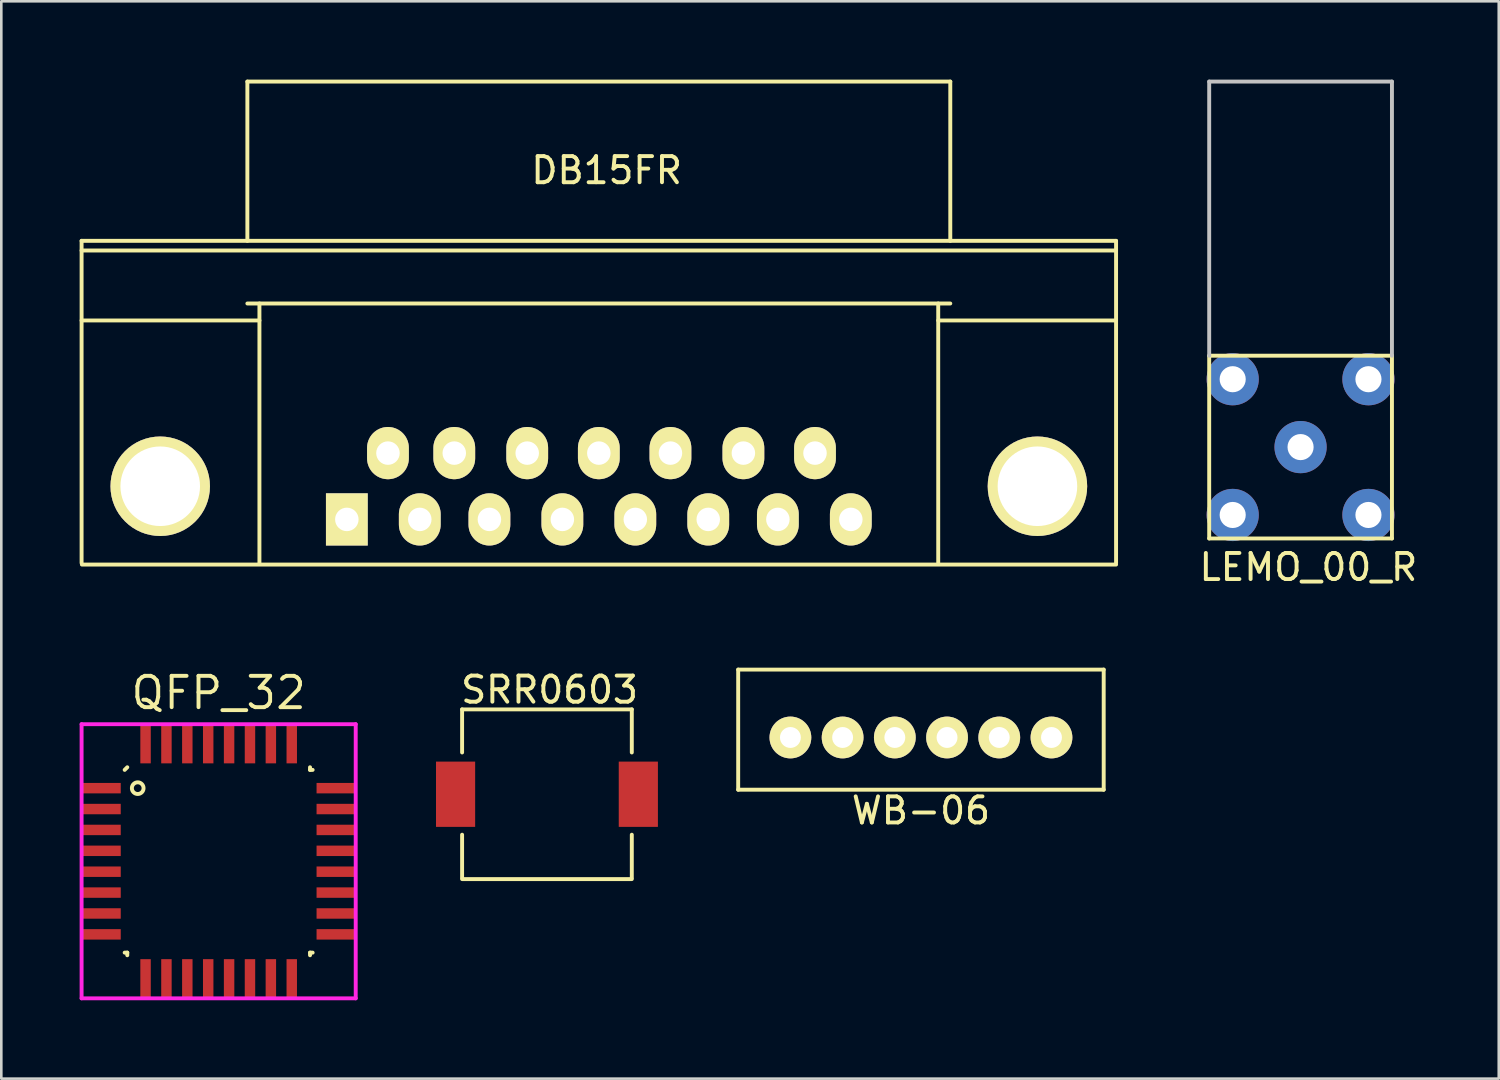
<source format=kicad_pcb>
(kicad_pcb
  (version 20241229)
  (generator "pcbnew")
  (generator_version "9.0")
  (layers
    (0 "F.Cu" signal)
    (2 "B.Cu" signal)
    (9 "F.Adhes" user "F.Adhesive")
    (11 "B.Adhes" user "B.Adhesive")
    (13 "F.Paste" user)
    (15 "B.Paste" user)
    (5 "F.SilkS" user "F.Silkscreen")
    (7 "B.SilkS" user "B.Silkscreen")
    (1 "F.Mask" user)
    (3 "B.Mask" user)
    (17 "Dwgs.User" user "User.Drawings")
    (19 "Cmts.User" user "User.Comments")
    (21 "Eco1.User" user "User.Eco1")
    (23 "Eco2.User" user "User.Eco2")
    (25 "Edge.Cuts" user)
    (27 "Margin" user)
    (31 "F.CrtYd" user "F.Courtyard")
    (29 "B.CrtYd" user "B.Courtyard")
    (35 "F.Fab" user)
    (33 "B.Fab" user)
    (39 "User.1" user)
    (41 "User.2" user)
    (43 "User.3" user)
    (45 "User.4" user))
  (footprint "QFP_32"
    (layer "F.Cu")
    (at 5.325 29.939)
    (property "Reference" "QFP_32" (at 0 -6.45 0) (layer "F.SilkS") (effects (font (size 1.2 1.2) (thickness 0.15))))
    (attr through_hole)
    (fp_line (start -3.6 3.5) (end -3.5 3.5) (stroke (width 0.15) (type solid)) (layer "F.SilkS"))
    (fp_line (start -3.5 -3.6) (end -3.6 -3.5) (stroke (width 0.15) (type solid)) (layer "F.SilkS"))
    (fp_line (start -3.5 3.5) (end -3.5 3.6) (stroke (width 0.15) (type solid)) (layer "F.SilkS"))
    (fp_line (start 3.5 -3.5) (end 3.5 -3.6) (stroke (width 0.15) (type solid)) (layer "F.SilkS"))
    (fp_line (start 3.5 3.5) (end 3.5 3.6) (stroke (width 0.15) (type solid)) (layer "F.SilkS"))
    (fp_line (start 3.6 -3.5) (end 3.5 -3.5) (stroke (width 0.15) (type solid)) (layer "F.SilkS"))
    (fp_line (start 3.6 3.5) (end 3.5 3.5) (stroke (width 0.15) (type solid)) (layer "F.SilkS"))
    (fp_circle (center -3.1 -2.8) (end -2.9 -2.7) (stroke (width 0.15) (type solid)) (fill no) (layer "F.SilkS"))
    (fp_line (start -5.25 -5.25) (end 5.25 -5.25) (stroke (width 0.15) (type solid)) (layer "F.CrtYd"))
    (fp_line (start -5.25 5.25) (end -5.25 -5.25) (stroke (width 0.15) (type solid)) (layer "F.CrtYd"))
    (fp_line (start 5.25 -5.25) (end 5.25 5.25) (stroke (width 0.15) (type solid)) (layer "F.CrtYd"))
    (fp_line (start 5.25 5.25) (end -5.25 5.25) (stroke (width 0.15) (type solid)) (layer "F.CrtYd"))
    (pad "1" smd rect (at -4.5 -2.8 90) (size 0.4 1.5) (layers "F.Cu" "F.Mask" "F.Paste"))
    (pad "2" smd rect (at -4.5 -2 90) (size 0.4 1.5) (layers "F.Cu" "F.Mask" "F.Paste"))
    (pad "3" smd rect (at -4.5 -1.2 90) (size 0.4 1.5) (layers "F.Cu" "F.Mask" "F.Paste"))
    (pad "4" smd rect (at -4.5 -0.4 90) (size 0.4 1.5) (layers "F.Cu" "F.Mask" "F.Paste"))
    (pad "5" smd rect (at -4.5 0.4 90) (size 0.4 1.5) (layers "F.Cu" "F.Mask" "F.Paste"))
    (pad "6" smd rect (at -4.5 1.2 90) (size 0.4 1.5) (layers "F.Cu" "F.Mask" "F.Paste"))
    (pad "7" smd rect (at -4.5 2 90) (size 0.4 1.5) (layers "F.Cu" "F.Mask" "F.Paste"))
    (pad "8" smd rect (at -4.5 2.8 90) (size 0.4 1.5) (layers "F.Cu" "F.Mask" "F.Paste"))
    (pad "9" smd rect (at -2.8 4.5) (size 0.4 1.5) (layers "F.Cu" "F.Mask" "F.Paste"))
    (pad "10" smd rect (at -2 4.5) (size 0.4 1.5) (layers "F.Cu" "F.Mask" "F.Paste"))
    (pad "11" smd rect (at -1.2 4.5) (size 0.4 1.5) (layers "F.Cu" "F.Mask" "F.Paste"))
    (pad "12" smd rect (at -0.4 4.5) (size 0.4 1.5) (layers "F.Cu" "F.Mask" "F.Paste"))
    (pad "13" smd rect (at 0.4 4.5) (size 0.4 1.5) (layers "F.Cu" "F.Mask" "F.Paste"))
    (pad "14" smd rect (at 1.2 4.5) (size 0.4 1.5) (layers "F.Cu" "F.Mask" "F.Paste"))
    (pad "15" smd rect (at 2 4.5) (size 0.4 1.5) (layers "F.Cu" "F.Mask" "F.Paste"))
    (pad "16" smd rect (at 2.8 4.5) (size 0.4 1.5) (layers "F.Cu" "F.Mask" "F.Paste"))
    (pad "17" smd rect (at 4.5 2.8 90) (size 0.4 1.5) (layers "F.Cu" "F.Mask" "F.Paste"))
    (pad "18" smd rect (at 4.5 2 90) (size 0.4 1.5) (layers "F.Cu" "F.Mask" "F.Paste"))
    (pad "19" smd rect (at 4.5 1.2 90) (size 0.4 1.5) (layers "F.Cu" "F.Mask" "F.Paste"))
    (pad "20" smd rect (at 4.5 0.4 90) (size 0.4 1.5) (layers "F.Cu" "F.Mask" "F.Paste"))
    (pad "21" smd rect (at 4.5 -0.4 90) (size 0.4 1.5) (layers "F.Cu" "F.Mask" "F.Paste"))
    (pad "22" smd rect (at 4.5 -1.2 90) (size 0.4 1.5) (layers "F.Cu" "F.Mask" "F.Paste"))
    (pad "23" smd rect (at 4.5 -2 90) (size 0.4 1.5) (layers "F.Cu" "F.Mask" "F.Paste"))
    (pad "24" smd rect (at 4.5 -2.8 90) (size 0.4 1.5) (layers "F.Cu" "F.Mask" "F.Paste"))
    (pad "25" smd rect (at 2.8 -4.5) (size 0.4 1.5) (layers "F.Cu" "F.Mask" "F.Paste"))
    (pad "26" smd rect (at 2 -4.5) (size 0.4 1.5) (layers "F.Cu" "F.Mask" "F.Paste"))
    (pad "27" smd rect (at 1.2 -4.5) (size 0.4 1.5) (layers "F.Cu" "F.Mask" "F.Paste"))
    (pad "28" smd rect (at 0.4 -4.5) (size 0.4 1.5) (layers "F.Cu" "F.Mask" "F.Paste"))
    (pad "29" smd rect (at -0.4 -4.5) (size 0.4 1.5) (layers "F.Cu" "F.Mask" "F.Paste"))
    (pad "30" smd rect (at -1.2 -4.5) (size 0.4 1.5) (layers "F.Cu" "F.Mask" "F.Paste"))
    (pad "31" smd rect (at -2 -4.5) (size 0.4 1.5) (layers "F.Cu" "F.Mask" "F.Paste"))
    (pad "32" smd rect (at -2.8 -4.5) (size 0.4 1.5) (layers "F.Cu" "F.Mask" "F.Paste")))
  (footprint "WB-06"
    (layer "F.Cu")
    (at 32.225 25.198)
    (property "Reference" "WB-06" (at 0 2.8 0) (layer "F.SilkS") (effects (font (size 1 1) (thickness 0.15))))
    (attr through_hole)
    (fp_line (start -7 -2.6) (end -7 2) (stroke (width 0.15) (type solid)) (layer "F.SilkS"))
    (fp_line (start -7 -2.6) (end 7 -2.6) (stroke (width 0.15) (type solid)) (layer "F.SilkS"))
    (fp_line (start -7 2) (end 7 2) (stroke (width 0.15) (type solid)) (layer "F.SilkS"))
    (fp_line (start 7 -2.6) (end 7 2) (stroke (width 0.15) (type solid)) (layer "F.SilkS"))
    (pad "1" thru_hole circle (at -5 0) (size 1.6 1.6) (drill 0.8) (layers "*.Cu" "*.Mask" "F.SilkS"))
    (pad "2" thru_hole circle (at -3 0) (size 1.6 1.6) (drill 0.8) (layers "*.Cu" "*.Mask" "F.SilkS"))
    (pad "3" thru_hole circle (at -1 0) (size 1.6 1.6) (drill 0.8) (layers "*.Cu" "*.Mask" "F.SilkS"))
    (pad "4" thru_hole circle (at 1 0) (size 1.6 1.6) (drill 0.8) (layers "*.Cu" "*.Mask" "F.SilkS"))
    (pad "5" thru_hole circle (at 3 0) (size 1.6 1.6) (drill 0.8) (layers "*.Cu" "*.Mask" "F.SilkS"))
    (pad "6" thru_hole circle (at 5 0) (size 1.6 1.6) (drill 0.8) (layers "*.Cu" "*.Mask" "F.SilkS")))
  (footprint "SRR0603"
    (layer "F.Cu")
    (at 17.9 27.372)
    (property "Reference" "SRR0603" (at 0.1 -4 0) (layer "F.SilkS") (effects (font (size 1 1) (thickness 0.15))))
    (attr through_hole)
    (fp_line (start -3.25 -3.25) (end 3.25 -3.25) (stroke (width 0.15) (type solid)) (layer "F.SilkS"))
    (fp_line (start -3.25 -1.6) (end -3.25 -3.25) (stroke (width 0.15) (type solid)) (layer "F.SilkS"))
    (fp_line (start -3.25 3.2) (end -3.25 1.55) (stroke (width 0.15) (type solid)) (layer "F.SilkS"))
    (fp_line (start 3.25 -1.6) (end 3.25 -3.25) (stroke (width 0.15) (type solid)) (layer "F.SilkS"))
    (fp_line (start 3.25 3.2) (end 3.25 1.55) (stroke (width 0.15) (type solid)) (layer "F.SilkS"))
    (fp_line (start 3.25 3.25) (end -3.25 3.25) (stroke (width 0.15) (type solid)) (layer "F.SilkS"))
    (pad "1" smd rect (at -3.5 0) (size 1.5 2.5) (layers "F.Cu" "F.Mask" "F.Paste"))
    (pad "2" smd rect (at 3.5 0) (size 1.5 2.5) (layers "F.Cu" "F.Mask" "F.Paste")))
  (footprint "LEMO_00_R"
    (layer "F.Cu")
    (at 46.766 14.075)
    (property "Reference" "LEMO_00_R" (at 0.3 4.6 0) (layer "F.SilkS") (effects (font (size 1 1) (thickness 0.15))))
    (attr through_hole)
    (fp_line (start -3.5 -3.5) (end 3.5 -3.5) (stroke (width 0.15) (type solid)) (layer "F.SilkS"))
    (fp_line (start -3.5 3.5) (end -3.5 -3.5) (stroke (width 0.15) (type solid)) (layer "F.SilkS"))
    (fp_line (start 3.5 -3.5) (end 3.5 3.5) (stroke (width 0.15) (type solid)) (layer "F.SilkS"))
    (fp_line (start 3.5 3.5) (end -3.5 3.5) (stroke (width 0.15) (type solid)) (layer "F.SilkS"))
    (fp_line (start -3.5 -14) (end 3.5 -14) (stroke (width 0.15) (type solid)) (layer "Dwgs.User"))
    (fp_line (start -3.5 -3.5) (end -3.5 -14) (stroke (width 0.15) (type solid)) (layer "Dwgs.User"))
    (fp_line (start 3.5 -14) (end 3.5 -3.5) (stroke (width 0.15) (type solid)) (layer "Dwgs.User"))
    (pad "1" thru_hole circle (at 0 0) (size 2 2) (drill 1) (layers "*.Cu" "*.Mask"))
    (pad "2" thru_hole circle (at -2.6 -2.6) (size 2 2) (drill 1) (layers "*.Cu" "*.Mask"))
    (pad "2" thru_hole circle (at -2.6 2.6) (size 2 2) (drill 1) (layers "*.Cu" "*.Mask"))
    (pad "2" thru_hole circle (at 2.6 -2.6) (size 2 2) (drill 1) (layers "*.Cu" "*.Mask"))
    (pad "2" thru_hole circle (at 2.6 2.6) (size 2 2) (drill 1) (layers "*.Cu" "*.Mask")))
  (footprint "DB15FR"
    (layer "F.Cu")
    (at 19.887 15.575)
    (property "Reference" "DB15FR" (at 0.3 -12.1 0) (layer "F.SilkS") (effects (font (size 1 1) (thickness 0.15))))
    (attr through_hole)
    (fp_line (start -19.812 -6.35) (end -13 -6.35) (stroke (width 0.15) (type solid)) (layer "F.SilkS"))
    (fp_line (start -19.812 2.94) (end -19.812 -9.4) (stroke (width 0.15) (type solid)) (layer "F.SilkS"))
    (fp_line (start -13.462 -15.5) (end -13.462 -9.4) (stroke (width 0.15) (type solid)) (layer "F.SilkS"))
    (fp_line (start -13.462 -15.5) (end 13.462 -15.5) (stroke (width 0.15) (type solid)) (layer "F.SilkS"))
    (fp_line (start -13 -7) (end -13 2.94) (stroke (width 0.15) (type solid)) (layer "F.SilkS"))
    (fp_line (start 13 -6.35) (end 19.812 -6.35) (stroke (width 0.15) (type solid)) (layer "F.SilkS"))
    (fp_line (start 13 2.94) (end 13 -7) (stroke (width 0.15) (type solid)) (layer "F.SilkS"))
    (fp_line (start 13.462 -9.4) (end 13.462 -15.5) (stroke (width 0.15) (type solid)) (layer "F.SilkS"))
    (fp_line (start 13.462 -7) (end -13.462 -7) (stroke (width 0.15) (type solid)) (layer "F.SilkS"))
    (fp_line (start 19.812 -9.4) (end -19.812 -9.4) (stroke (width 0.15) (type solid)) (layer "F.SilkS"))
    (fp_line (start 19.812 -9.03) (end -19.812 -9.03) (stroke (width 0.15) (type solid)) (layer "F.SilkS"))
    (fp_line (start 19.812 2.94) (end 19.812 -9.4) (stroke (width 0.15) (type solid)) (layer "F.SilkS"))
    (fp_line (start 19.812 3) (end -19.8 3) (stroke (width 0.15) (type solid)) (layer "F.SilkS"))
    (pad "" thru_hole circle (at -16.8 0) (size 3.81 3.81) (drill 3.048) (layers "*.Cu" "*.Mask" "F.SilkS"))
    (pad "" thru_hole circle (at 16.8 0) (size 3.81 3.81) (drill 3.048) (layers "*.Cu" "*.Mask" "F.SilkS"))
    (pad "1" thru_hole rect (at -9.652 1.27) (size 1.6 2) (drill 0.9) (layers "*.Cu" "*.Mask" "F.SilkS"))
    (pad "2" thru_hole oval (at -6.858 1.27) (size 1.6 2) (drill 0.9) (layers "*.Cu" "*.Mask" "F.SilkS"))
    (pad "3" thru_hole oval (at -4.191 1.27) (size 1.6 2) (drill 0.9) (layers "*.Cu" "*.Mask" "F.SilkS"))
    (pad "4" thru_hole oval (at -1.397 1.27) (size 1.6 2) (drill 0.9) (layers "*.Cu" "*.Mask" "F.SilkS"))
    (pad "5" thru_hole oval (at 1.397 1.27) (size 1.6 2) (drill 0.9) (layers "*.Cu" "*.Mask" "F.SilkS"))
    (pad "6" thru_hole oval (at 4.191 1.27) (size 1.6 2) (drill 0.9) (layers "*.Cu" "*.Mask" "F.SilkS"))
    (pad "7" thru_hole oval (at 6.858 1.27) (size 1.6 2) (drill 0.9) (layers "*.Cu" "*.Mask" "F.SilkS"))
    (pad "8" thru_hole oval (at 9.652 1.27) (size 1.6 2) (drill 0.9) (layers "*.Cu" "*.Mask" "F.SilkS"))
    (pad "9" thru_hole oval (at -8.077 -1.27) (size 1.6 2) (drill 0.9) (layers "*.Cu" "*.Mask" "F.SilkS"))
    (pad "10" thru_hole oval (at -5.537 -1.27) (size 1.6 2) (drill 0.9) (layers "*.Cu" "*.Mask" "F.SilkS"))
    (pad "11" thru_hole oval (at -2.743 -1.27) (size 1.6 2) (drill 0.9) (layers "*.Cu" "*.Mask" "F.SilkS"))
    (pad "12" thru_hole oval (at 0 -1.27) (size 1.6 2) (drill 0.9) (layers "*.Cu" "*.Mask" "F.SilkS"))
    (pad "13" thru_hole oval (at 2.743 -1.27) (size 1.6 2) (drill 0.9) (layers "*.Cu" "*.Mask" "F.SilkS"))
    (pad "14" thru_hole oval (at 5.537 -1.27) (size 1.6 2) (drill 0.9) (layers "*.Cu" "*.Mask" "F.SilkS"))
    (pad "15" thru_hole oval (at 8.28 -1.27) (size 1.6 2) (drill 0.9) (layers "*.Cu" "*.Mask" "F.SilkS")))
  (gr_rect
    (start -3 -3)
    (end 54.357 38.264)
    (stroke (width 0.1) (type default))
    (fill no)
    (layer "Edge.Cuts")))
</source>
